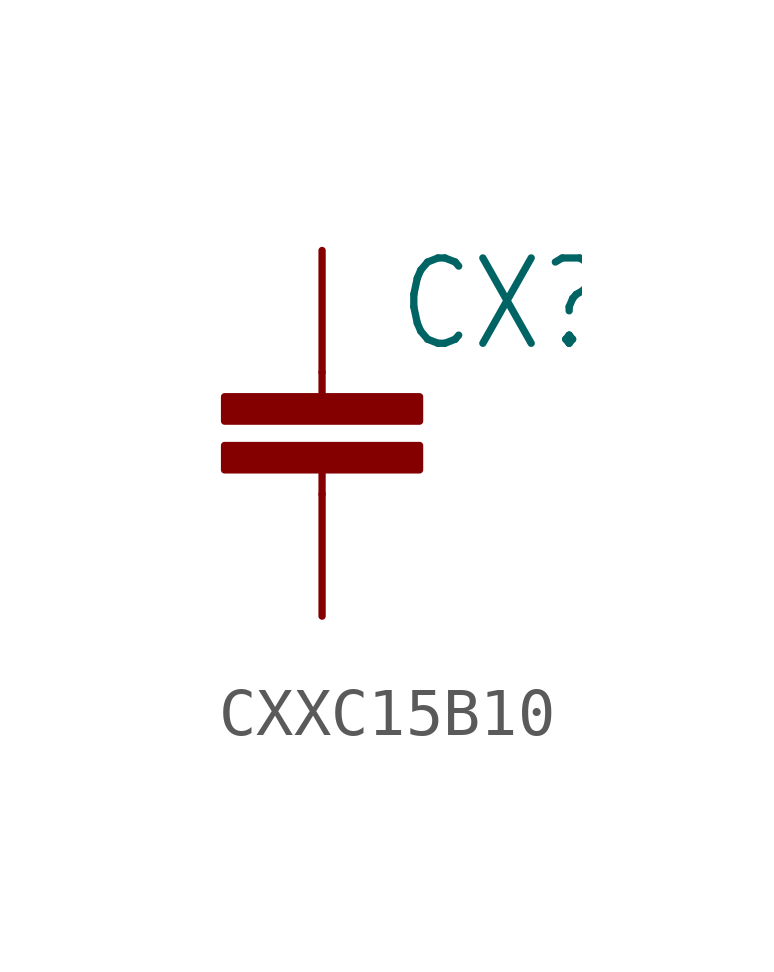
<source format=kicad_sym>
(kicad_symbol_lib
  (version 20231120)
  (generator "kicad_symbol_editor")
  (generator_version "8.0")
  (symbol "CXXC15B10"
    (property "Reference" "CX"
      (at 1.524 0.381 0)
      (effects (font (size 1.778 1.511)) (justify left bottom)))
    (property "Value" ""
      (at 1.524 -4.699 0)
      (effects (font (size 1.778 1.511)) (justify left bottom)))
    (property "ki_locked" ""
      (at 0 0 0)
      (effects (font (size 1.27 1.27))))
    (symbol "CXXC15B10_1_0"
      (rectangle (start -2.032 -2.032) (end 2.032 -1.524) (stroke (width 0) (type default)) (fill (type outline)))
      (rectangle (start -2.032 -1.016) (end 2.032 -0.508) (stroke (width 0) (type default)) (fill (type outline)))
      (polyline (pts (xy 0 -2.54) (xy 0 -2.032)) (stroke (width 0.152) (type solid)) (fill (type none)))
      (polyline (pts (xy 0 0) (xy 0 -0.508)) (stroke (width 0.152) (type solid)) (fill (type none)))
      (pin passive line (at 0 2.54 270) (length 2.54) (name "1" (effects (font (size 0 0)))) (number "1" (effects (font (size 0 0)))))
      (pin passive line (at 0 -5.08 90) (length 2.54) (name "2" (effects (font (size 0 0)))) (number "2" (effects (font (size 0 0))))))))
</source>
